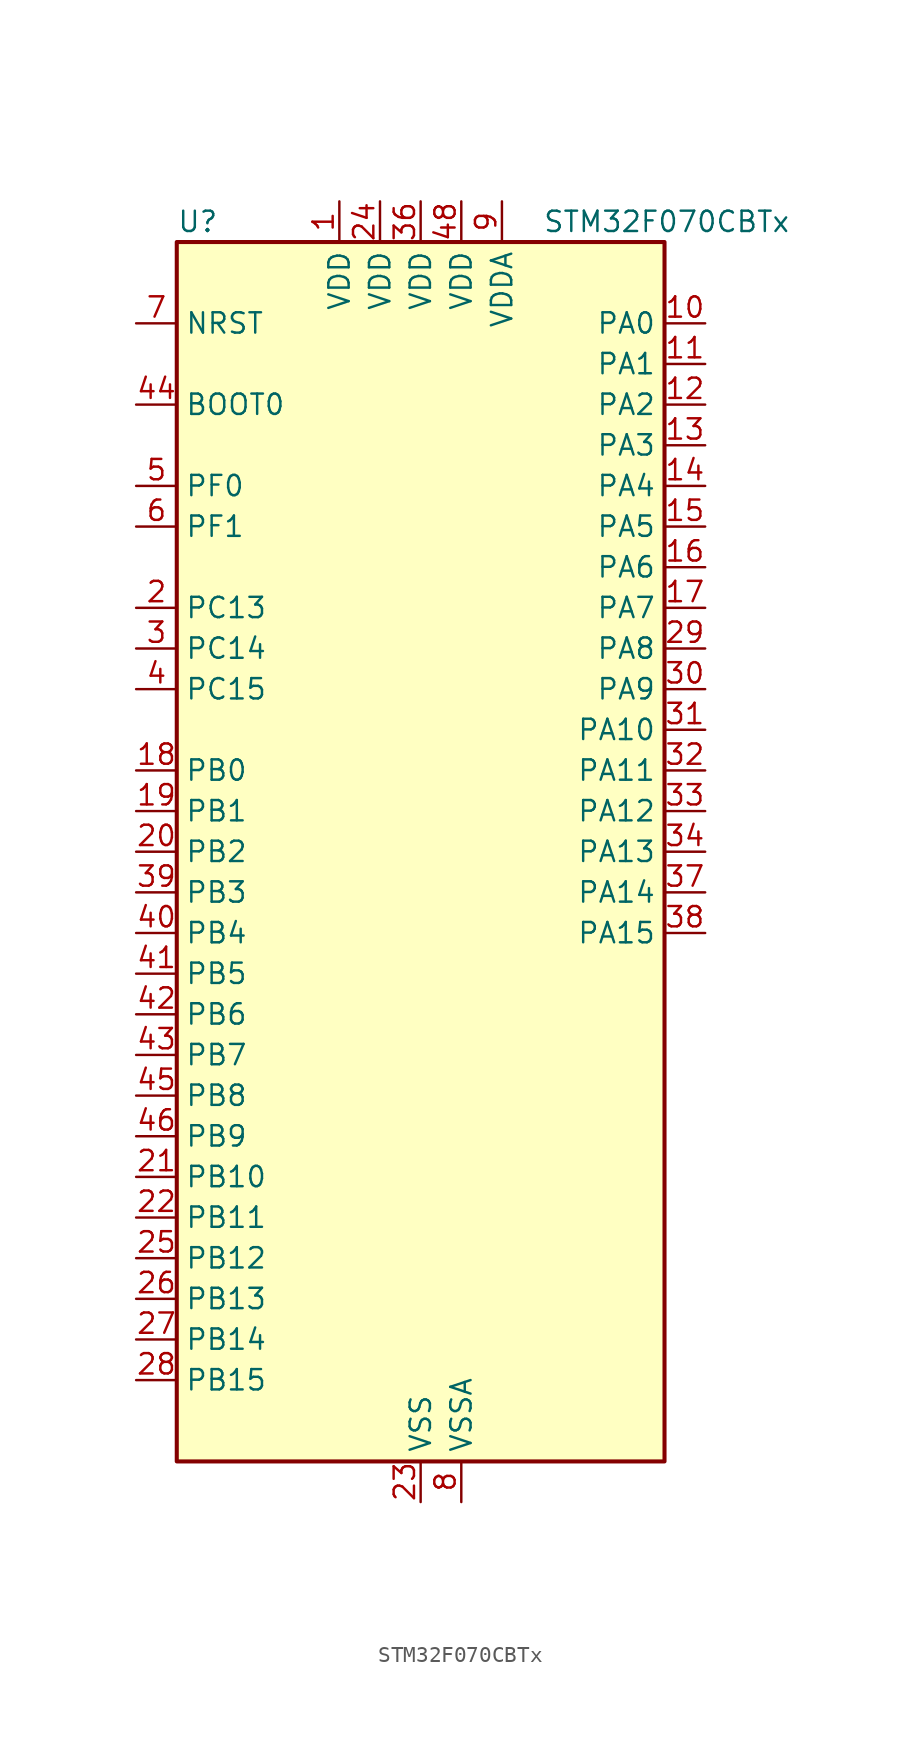
<source format=kicad_sym>
(kicad_symbol_lib
  (version 20241209)
  (generator "kicad_symbol_editor")
  (generator_version "9.0")
  (symbol "STM32F070CBTx"
    (property "Reference" "U"
      (at -15.24 39.37 0)
      (effects (font (size 1.27 1.27)) (justify left)))
    (property "Value" "STM32F070CBTx"
      (at 7.62 39.37 0)
      (effects (font (size 1.27 1.27)) (justify left)))
    (symbol "STM32F070CBTx_0_1"
      (rectangle (start -15.24 -38.1) (end 15.24 38.1) (stroke (width 0.254) (type default)) (fill (type background))))
    (symbol "STM32F070CBTx_1_1"
      (pin input line (at -17.78 33.02 0) (length 2.54) (name "NRST" (effects (font (size 1.27 1.27)))) (number "7" (effects (font (size 1.27 1.27)))))
      (pin input line (at -17.78 27.94 0) (length 2.54) (name "BOOT0" (effects (font (size 1.27 1.27)))) (number "44" (effects (font (size 1.27 1.27)))))
      (pin bidirectional line (at -17.78 22.86 0) (length 2.54) (name "PF0" (effects (font (size 1.27 1.27)))) (number "5" (effects (font (size 1.27 1.27)))) (alternate "RCC_OSC_IN" bidirectional line))
      (pin bidirectional line (at -17.78 20.32 0) (length 2.54) (name "PF1" (effects (font (size 1.27 1.27)))) (number "6" (effects (font (size 1.27 1.27)))) (alternate "RCC_OSC_OUT" bidirectional line))
      (pin bidirectional line (at -17.78 15.24 0) (length 2.54) (name "PC13" (effects (font (size 1.27 1.27)))) (number "2" (effects (font (size 1.27 1.27)))) (alternate "RTC_OUT_ALARM" bidirectional line) (alternate "RTC_OUT_CALIB" bidirectional line) (alternate "RTC_TAMP1" bidirectional line) (alternate "RTC_TS" bidirectional line) (alternate "SYS_WKUP2" bidirectional line))
      (pin bidirectional line (at -17.78 12.7 0) (length 2.54) (name "PC14" (effects (font (size 1.27 1.27)))) (number "3" (effects (font (size 1.27 1.27)))) (alternate "RCC_OSC32_IN" bidirectional line))
      (pin bidirectional line (at -17.78 10.16 0) (length 2.54) (name "PC15" (effects (font (size 1.27 1.27)))) (number "4" (effects (font (size 1.27 1.27)))) (alternate "RCC_OSC32_OUT" bidirectional line))
      (pin bidirectional line (at -17.78 5.08 0) (length 2.54) (name "PB0" (effects (font (size 1.27 1.27)))) (number "18" (effects (font (size 1.27 1.27)))) (alternate "ADC_IN8" bidirectional line) (alternate "TIM1_CH2N" bidirectional line) (alternate "TIM3_CH3" bidirectional line) (alternate "USART3_CK" bidirectional line))
      (pin bidirectional line (at -17.78 2.54 0) (length 2.54) (name "PB1" (effects (font (size 1.27 1.27)))) (number "19" (effects (font (size 1.27 1.27)))) (alternate "ADC_IN9" bidirectional line) (alternate "TIM14_CH1" bidirectional line) (alternate "TIM1_CH3N" bidirectional line) (alternate "TIM3_CH4" bidirectional line) (alternate "USART3_DE" bidirectional line) (alternate "USART3_RTS" bidirectional line))
      (pin bidirectional line (at -17.78 0 0) (length 2.54) (name "PB2" (effects (font (size 1.27 1.27)))) (number "20" (effects (font (size 1.27 1.27)))))
      (pin bidirectional line (at -17.78 -2.54 0) (length 2.54) (name "PB3" (effects (font (size 1.27 1.27)))) (number "39" (effects (font (size 1.27 1.27)))) (alternate "SPI1_SCK" bidirectional line))
      (pin bidirectional line (at -17.78 -5.08 0) (length 2.54) (name "PB4" (effects (font (size 1.27 1.27)))) (number "40" (effects (font (size 1.27 1.27)))) (alternate "SPI1_MISO" bidirectional line) (alternate "TIM17_BKIN" bidirectional line) (alternate "TIM3_CH1" bidirectional line))
      (pin bidirectional line (at -17.78 -7.62 0) (length 2.54) (name "PB5" (effects (font (size 1.27 1.27)))) (number "41" (effects (font (size 1.27 1.27)))) (alternate "I2C1_SMBA" bidirectional line) (alternate "SPI1_MOSI" bidirectional line) (alternate "SYS_WKUP6" bidirectional line) (alternate "TIM16_BKIN" bidirectional line) (alternate "TIM3_CH2" bidirectional line))
      (pin bidirectional line (at -17.78 -10.16 0) (length 2.54) (name "PB6" (effects (font (size 1.27 1.27)))) (number "42" (effects (font (size 1.27 1.27)))) (alternate "I2C1_SCL" bidirectional line) (alternate "TIM16_CH1N" bidirectional line) (alternate "USART1_TX" bidirectional line))
      (pin bidirectional line (at -17.78 -12.7 0) (length 2.54) (name "PB7" (effects (font (size 1.27 1.27)))) (number "43" (effects (font (size 1.27 1.27)))) (alternate "I2C1_SDA" bidirectional line) (alternate "TIM17_CH1N" bidirectional line) (alternate "USART1_RX" bidirectional line) (alternate "USART4_CTS" bidirectional line))
      (pin bidirectional line (at -17.78 -15.24 0) (length 2.54) (name "PB8" (effects (font (size 1.27 1.27)))) (number "45" (effects (font (size 1.27 1.27)))) (alternate "I2C1_SCL" bidirectional line) (alternate "TIM16_CH1" bidirectional line))
      (pin bidirectional line (at -17.78 -17.78 0) (length 2.54) (name "PB9" (effects (font (size 1.27 1.27)))) (number "46" (effects (font (size 1.27 1.27)))) (alternate "I2C1_SDA" bidirectional line) (alternate "IR_OUT" bidirectional line) (alternate "SPI2_NSS" bidirectional line) (alternate "TIM17_CH1" bidirectional line))
      (pin bidirectional line (at -17.78 -20.32 0) (length 2.54) (name "PB10" (effects (font (size 1.27 1.27)))) (number "21" (effects (font (size 1.27 1.27)))) (alternate "I2C2_SCL" bidirectional line) (alternate "SPI2_SCK" bidirectional line) (alternate "USART3_TX" bidirectional line))
      (pin bidirectional line (at -17.78 -22.86 0) (length 2.54) (name "PB11" (effects (font (size 1.27 1.27)))) (number "22" (effects (font (size 1.27 1.27)))) (alternate "I2C2_SDA" bidirectional line) (alternate "USART3_RX" bidirectional line))
      (pin bidirectional line (at -17.78 -25.4 0) (length 2.54) (name "PB12" (effects (font (size 1.27 1.27)))) (number "25" (effects (font (size 1.27 1.27)))) (alternate "SPI2_NSS" bidirectional line) (alternate "TIM15_BKIN" bidirectional line) (alternate "TIM1_BKIN" bidirectional line) (alternate "USART3_CK" bidirectional line))
      (pin bidirectional line (at -17.78 -27.94 0) (length 2.54) (name "PB13" (effects (font (size 1.27 1.27)))) (number "26" (effects (font (size 1.27 1.27)))) (alternate "I2C2_SCL" bidirectional line) (alternate "SPI2_SCK" bidirectional line) (alternate "TIM1_CH1N" bidirectional line) (alternate "USART3_CTS" bidirectional line))
      (pin bidirectional line (at -17.78 -30.48 0) (length 2.54) (name "PB14" (effects (font (size 1.27 1.27)))) (number "27" (effects (font (size 1.27 1.27)))) (alternate "I2C2_SDA" bidirectional line) (alternate "SPI2_MISO" bidirectional line) (alternate "TIM15_CH1" bidirectional line) (alternate "TIM1_CH2N" bidirectional line) (alternate "USART3_DE" bidirectional line) (alternate "USART3_RTS" bidirectional line))
      (pin bidirectional line (at -17.78 -33.02 0) (length 2.54) (name "PB15" (effects (font (size 1.27 1.27)))) (number "28" (effects (font (size 1.27 1.27)))) (alternate "RTC_REFIN" bidirectional line) (alternate "SPI2_MOSI" bidirectional line) (alternate "SYS_WKUP7" bidirectional line) (alternate "TIM15_CH1N" bidirectional line) (alternate "TIM15_CH2" bidirectional line) (alternate "TIM1_CH3N" bidirectional line))
      (pin power_in line (at -5.08 40.64 270) (length 2.54) (name "VDD" (effects (font (size 1.27 1.27)))) (number "1" (effects (font (size 1.27 1.27)))))
      (pin power_in line (at -2.54 40.64 270) (length 2.54) (name "VDD" (effects (font (size 1.27 1.27)))) (number "24" (effects (font (size 1.27 1.27)))))
      (pin power_in line (at 0 40.64 270) (length 2.54) (name "VDD" (effects (font (size 1.27 1.27)))) (number "36" (effects (font (size 1.27 1.27)))))
      (pin power_in line (at 0 -40.64 90) (length 2.54) (name "VSS" (effects (font (size 1.27 1.27)))) (number "23" (effects (font (size 1.27 1.27)))))
      (pin passive line (at 0 -40.64 90) (length 2.54) (hide yes) (name "VSS" (effects (font (size 1.27 1.27)))) (number "35" (effects (font (size 1.27 1.27)))))
      (pin passive line (at 0 -40.64 90) (length 2.54) (hide yes) (name "VSS" (effects (font (size 1.27 1.27)))) (number "47" (effects (font (size 1.27 1.27)))))
      (pin power_in line (at 2.54 40.64 270) (length 2.54) (name "VDD" (effects (font (size 1.27 1.27)))) (number "48" (effects (font (size 1.27 1.27)))))
      (pin power_in line (at 2.54 -40.64 90) (length 2.54) (name "VSSA" (effects (font (size 1.27 1.27)))) (number "8" (effects (font (size 1.27 1.27)))))
      (pin power_in line (at 5.08 40.64 270) (length 2.54) (name "VDDA" (effects (font (size 1.27 1.27)))) (number "9" (effects (font (size 1.27 1.27)))))
      (pin bidirectional line (at 17.78 33.02 180) (length 2.54) (name "PA0" (effects (font (size 1.27 1.27)))) (number "10" (effects (font (size 1.27 1.27)))) (alternate "ADC_IN0" bidirectional line) (alternate "RTC_TAMP2" bidirectional line) (alternate "SYS_WKUP1" bidirectional line) (alternate "USART2_CTS" bidirectional line) (alternate "USART4_TX" bidirectional line))
      (pin bidirectional line (at 17.78 30.48 180) (length 2.54) (name "PA1" (effects (font (size 1.27 1.27)))) (number "11" (effects (font (size 1.27 1.27)))) (alternate "ADC_IN1" bidirectional line) (alternate "TIM15_CH1N" bidirectional line) (alternate "USART2_DE" bidirectional line) (alternate "USART2_RTS" bidirectional line) (alternate "USART4_RX" bidirectional line))
      (pin bidirectional line (at 17.78 27.94 180) (length 2.54) (name "PA2" (effects (font (size 1.27 1.27)))) (number "12" (effects (font (size 1.27 1.27)))) (alternate "ADC_IN2" bidirectional line) (alternate "SYS_WKUP4" bidirectional line) (alternate "TIM15_CH1" bidirectional line) (alternate "USART2_TX" bidirectional line))
      (pin bidirectional line (at 17.78 25.4 180) (length 2.54) (name "PA3" (effects (font (size 1.27 1.27)))) (number "13" (effects (font (size 1.27 1.27)))) (alternate "ADC_IN3" bidirectional line) (alternate "TIM15_CH2" bidirectional line) (alternate "USART2_RX" bidirectional line))
      (pin bidirectional line (at 17.78 22.86 180) (length 2.54) (name "PA4" (effects (font (size 1.27 1.27)))) (number "14" (effects (font (size 1.27 1.27)))) (alternate "ADC_IN4" bidirectional line) (alternate "SPI1_NSS" bidirectional line) (alternate "TIM14_CH1" bidirectional line) (alternate "USART2_CK" bidirectional line))
      (pin bidirectional line (at 17.78 20.32 180) (length 2.54) (name "PA5" (effects (font (size 1.27 1.27)))) (number "15" (effects (font (size 1.27 1.27)))) (alternate "ADC_IN5" bidirectional line) (alternate "SPI1_SCK" bidirectional line))
      (pin bidirectional line (at 17.78 17.78 180) (length 2.54) (name "PA6" (effects (font (size 1.27 1.27)))) (number "16" (effects (font (size 1.27 1.27)))) (alternate "ADC_IN6" bidirectional line) (alternate "SPI1_MISO" bidirectional line) (alternate "TIM16_CH1" bidirectional line) (alternate "TIM1_BKIN" bidirectional line) (alternate "TIM3_CH1" bidirectional line) (alternate "USART3_CTS" bidirectional line))
      (pin bidirectional line (at 17.78 15.24 180) (length 2.54) (name "PA7" (effects (font (size 1.27 1.27)))) (number "17" (effects (font (size 1.27 1.27)))) (alternate "ADC_IN7" bidirectional line) (alternate "SPI1_MOSI" bidirectional line) (alternate "TIM14_CH1" bidirectional line) (alternate "TIM17_CH1" bidirectional line) (alternate "TIM1_CH1N" bidirectional line) (alternate "TIM3_CH2" bidirectional line))
      (pin bidirectional line (at 17.78 12.7 180) (length 2.54) (name "PA8" (effects (font (size 1.27 1.27)))) (number "29" (effects (font (size 1.27 1.27)))) (alternate "RCC_MCO" bidirectional line) (alternate "TIM1_CH1" bidirectional line) (alternate "USART1_CK" bidirectional line))
      (pin bidirectional line (at 17.78 10.16 180) (length 2.54) (name "PA9" (effects (font (size 1.27 1.27)))) (number "30" (effects (font (size 1.27 1.27)))) (alternate "TIM15_BKIN" bidirectional line) (alternate "TIM1_CH2" bidirectional line) (alternate "USART1_TX" bidirectional line))
      (pin bidirectional line (at 17.78 7.62 180) (length 2.54) (name "PA10" (effects (font (size 1.27 1.27)))) (number "31" (effects (font (size 1.27 1.27)))) (alternate "TIM17_BKIN" bidirectional line) (alternate "TIM1_CH3" bidirectional line) (alternate "USART1_RX" bidirectional line))
      (pin bidirectional line (at 17.78 5.08 180) (length 2.54) (name "PA11" (effects (font (size 1.27 1.27)))) (number "32" (effects (font (size 1.27 1.27)))) (alternate "TIM1_CH4" bidirectional line) (alternate "USART1_CTS" bidirectional line) (alternate "USB_DM" bidirectional line))
      (pin bidirectional line (at 17.78 2.54 180) (length 2.54) (name "PA12" (effects (font (size 1.27 1.27)))) (number "33" (effects (font (size 1.27 1.27)))) (alternate "TIM1_ETR" bidirectional line) (alternate "USART1_DE" bidirectional line) (alternate "USART1_RTS" bidirectional line) (alternate "USB_DP" bidirectional line))
      (pin bidirectional line (at 17.78 0 180) (length 2.54) (name "PA13" (effects (font (size 1.27 1.27)))) (number "34" (effects (font (size 1.27 1.27)))) (alternate "IR_OUT" bidirectional line) (alternate "SYS_SWDIO" bidirectional line) (alternate "USB_NOE" bidirectional line))
      (pin bidirectional line (at 17.78 -2.54 180) (length 2.54) (name "PA14" (effects (font (size 1.27 1.27)))) (number "37" (effects (font (size 1.27 1.27)))) (alternate "SYS_SWCLK" bidirectional line) (alternate "USART2_TX" bidirectional line))
      (pin bidirectional line (at 17.78 -5.08 180) (length 2.54) (name "PA15" (effects (font (size 1.27 1.27)))) (number "38" (effects (font (size 1.27 1.27)))) (alternate "SPI1_NSS" bidirectional line) (alternate "USART2_RX" bidirectional line) (alternate "USART4_DE" bidirectional line) (alternate "USART4_RTS" bidirectional line)))))
</source>
